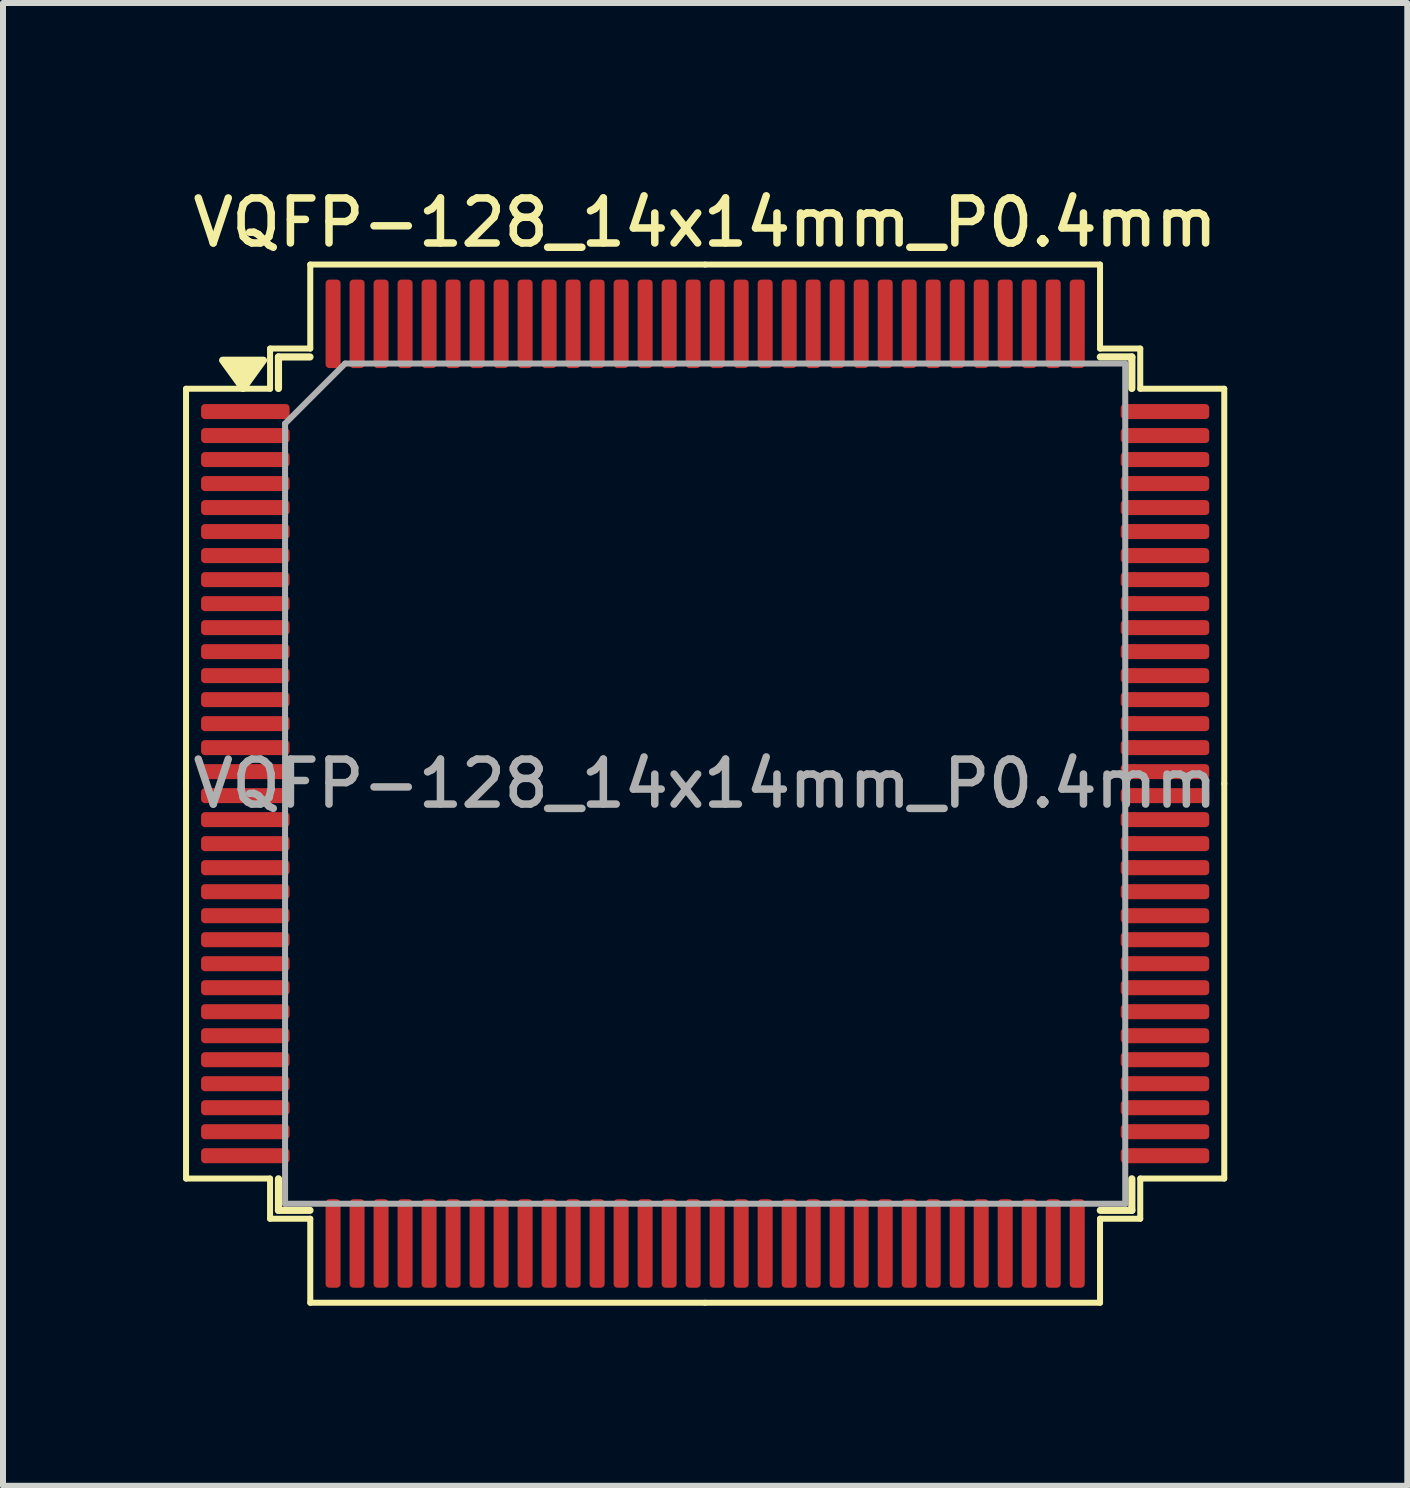
<source format=kicad_pcb>
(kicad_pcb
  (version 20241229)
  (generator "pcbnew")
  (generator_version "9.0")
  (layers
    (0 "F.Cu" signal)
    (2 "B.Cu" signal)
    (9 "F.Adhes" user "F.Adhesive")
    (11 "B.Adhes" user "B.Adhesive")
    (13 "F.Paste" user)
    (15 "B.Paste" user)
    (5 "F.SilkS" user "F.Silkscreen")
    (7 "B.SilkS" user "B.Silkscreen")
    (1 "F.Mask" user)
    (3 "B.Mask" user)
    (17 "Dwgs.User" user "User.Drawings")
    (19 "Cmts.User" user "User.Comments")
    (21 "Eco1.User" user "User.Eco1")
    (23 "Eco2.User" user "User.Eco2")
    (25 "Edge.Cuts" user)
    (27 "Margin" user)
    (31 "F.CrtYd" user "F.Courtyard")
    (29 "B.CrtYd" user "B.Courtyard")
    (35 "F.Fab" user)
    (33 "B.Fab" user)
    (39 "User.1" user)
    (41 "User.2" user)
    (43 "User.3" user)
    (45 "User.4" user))
  (footprint "VQFP-128_14x14mm_P0.4mm"
    (layer "F.Cu")
    (at 8.7 10.008)
    (property "Reference" "VQFP-128_14x14mm_P0.4mm" (at 0 -9.35 0) (layer "F.SilkS") (effects (font (size 0.75 0.75) (thickness 0.125))))
    (attr smd)
    (fp_line (start -8.65 -6.58) (end -8.65 0) (stroke (width 0.1) (type solid)) (layer "F.SilkS"))
    (fp_line (start -8.65 6.58) (end -8.65 0) (stroke (width 0.1) (type solid)) (layer "F.SilkS"))
    (fp_line (start -7.25 -7.25) (end -7.25 -6.58) (stroke (width 0.1) (type solid)) (layer "F.SilkS"))
    (fp_line (start -7.25 -6.58) (end -8.65 -6.58) (stroke (width 0.1) (type solid)) (layer "F.SilkS"))
    (fp_line (start -7.25 6.58) (end -8.65 6.58) (stroke (width 0.1) (type solid)) (layer "F.SilkS"))
    (fp_line (start -7.25 7.25) (end -7.25 6.58) (stroke (width 0.1) (type solid)) (layer "F.SilkS"))
    (fp_line (start -7.11 -7.11) (end -7.11 -6.585) (stroke (width 0.12) (type solid)) (layer "F.SilkS"))
    (fp_line (start -7.11 7.11) (end -7.11 6.585) (stroke (width 0.12) (type solid)) (layer "F.SilkS"))
    (fp_line (start -6.585 -7.11) (end -7.11 -7.11) (stroke (width 0.12) (type solid)) (layer "F.SilkS"))
    (fp_line (start -6.585 7.11) (end -7.11 7.11) (stroke (width 0.12) (type solid)) (layer "F.SilkS"))
    (fp_line (start -6.58 -8.65) (end -6.58 -7.25) (stroke (width 0.1) (type solid)) (layer "F.SilkS"))
    (fp_line (start -6.58 -7.25) (end -7.25 -7.25) (stroke (width 0.1) (type solid)) (layer "F.SilkS"))
    (fp_line (start -6.58 7.25) (end -7.25 7.25) (stroke (width 0.1) (type solid)) (layer "F.SilkS"))
    (fp_line (start -6.58 8.65) (end -6.58 7.25) (stroke (width 0.1) (type solid)) (layer "F.SilkS"))
    (fp_line (start 0 -8.65) (end -6.58 -8.65) (stroke (width 0.1) (type solid)) (layer "F.SilkS"))
    (fp_line (start 0 -8.65) (end 6.58 -8.65) (stroke (width 0.1) (type solid)) (layer "F.SilkS"))
    (fp_line (start 0 8.65) (end -6.58 8.65) (stroke (width 0.1) (type solid)) (layer "F.SilkS"))
    (fp_line (start 0 8.65) (end 6.58 8.65) (stroke (width 0.1) (type solid)) (layer "F.SilkS"))
    (fp_line (start 6.58 -8.65) (end 6.58 -7.25) (stroke (width 0.1) (type solid)) (layer "F.SilkS"))
    (fp_line (start 6.58 -7.25) (end 7.25 -7.25) (stroke (width 0.1) (type solid)) (layer "F.SilkS"))
    (fp_line (start 6.58 7.25) (end 7.25 7.25) (stroke (width 0.1) (type solid)) (layer "F.SilkS"))
    (fp_line (start 6.58 8.65) (end 6.58 7.25) (stroke (width 0.1) (type solid)) (layer "F.SilkS"))
    (fp_line (start 6.585 -7.11) (end 7.11 -7.11) (stroke (width 0.12) (type solid)) (layer "F.SilkS"))
    (fp_line (start 6.585 7.11) (end 7.11 7.11) (stroke (width 0.12) (type solid)) (layer "F.SilkS"))
    (fp_line (start 7.11 -7.11) (end 7.11 -6.585) (stroke (width 0.12) (type solid)) (layer "F.SilkS"))
    (fp_line (start 7.11 7.11) (end 7.11 6.585) (stroke (width 0.12) (type solid)) (layer "F.SilkS"))
    (fp_line (start 7.25 -7.25) (end 7.25 -6.58) (stroke (width 0.1) (type solid)) (layer "F.SilkS"))
    (fp_line (start 7.25 -6.58) (end 8.65 -6.58) (stroke (width 0.1) (type solid)) (layer "F.SilkS"))
    (fp_line (start 7.25 6.58) (end 8.65 6.58) (stroke (width 0.1) (type solid)) (layer "F.SilkS"))
    (fp_line (start 7.25 7.25) (end 7.25 6.58) (stroke (width 0.1) (type solid)) (layer "F.SilkS"))
    (fp_line (start 8.65 -6.58) (end 8.65 0) (stroke (width 0.1) (type solid)) (layer "F.SilkS"))
    (fp_line (start 8.65 6.58) (end 8.65 0) (stroke (width 0.1) (type solid)) (layer "F.SilkS"))
    (fp_poly (pts (xy -7.7 -6.585) (xy -8.04 -7.055) (xy -7.36 -7.055) (xy -7.7 -6.585)) (stroke (width 0.12) (type solid)) (fill yes) (layer "F.SilkS"))
    (fp_line (start -7 -6) (end -6 -7) (stroke (width 0.1) (type solid)) (layer "F.Fab"))
    (fp_line (start -7 7) (end -7 -6) (stroke (width 0.1) (type solid)) (layer "F.Fab"))
    (fp_line (start -6 -7) (end 7 -7) (stroke (width 0.1) (type solid)) (layer "F.Fab"))
    (fp_line (start 7 -7) (end 7 7) (stroke (width 0.1) (type solid)) (layer "F.Fab"))
    (fp_line (start 7 7) (end -7 7) (stroke (width 0.1) (type solid)) (layer "F.Fab"))
    (fp_text user "${REFERENCE}" (at 0 0 0) (layer "F.Fab") (effects (font (size 0.75 0.75) (thickness 0.125))))
    (pad "1" smd roundrect (at -7.662 -6.2) (size 1.475 0.25) (layers "F.Cu" "F.Mask" "F.Paste") (roundrect_rratio 0.25))
    (pad "2" smd roundrect (at -7.662 -5.8) (size 1.475 0.25) (layers "F.Cu" "F.Mask" "F.Paste") (roundrect_rratio 0.25))
    (pad "3" smd roundrect (at -7.662 -5.4) (size 1.475 0.25) (layers "F.Cu" "F.Mask" "F.Paste") (roundrect_rratio 0.25))
    (pad "4" smd roundrect (at -7.662 -5) (size 1.475 0.25) (layers "F.Cu" "F.Mask" "F.Paste") (roundrect_rratio 0.25))
    (pad "5" smd roundrect (at -7.662 -4.6) (size 1.475 0.25) (layers "F.Cu" "F.Mask" "F.Paste") (roundrect_rratio 0.25))
    (pad "6" smd roundrect (at -7.662 -4.2) (size 1.475 0.25) (layers "F.Cu" "F.Mask" "F.Paste") (roundrect_rratio 0.25))
    (pad "7" smd roundrect (at -7.662 -3.8) (size 1.475 0.25) (layers "F.Cu" "F.Mask" "F.Paste") (roundrect_rratio 0.25))
    (pad "8" smd roundrect (at -7.662 -3.4) (size 1.475 0.25) (layers "F.Cu" "F.Mask" "F.Paste") (roundrect_rratio 0.25))
    (pad "9" smd roundrect (at -7.662 -3) (size 1.475 0.25) (layers "F.Cu" "F.Mask" "F.Paste") (roundrect_rratio 0.25))
    (pad "10" smd roundrect (at -7.662 -2.6) (size 1.475 0.25) (layers "F.Cu" "F.Mask" "F.Paste") (roundrect_rratio 0.25))
    (pad "11" smd roundrect (at -7.662 -2.2) (size 1.475 0.25) (layers "F.Cu" "F.Mask" "F.Paste") (roundrect_rratio 0.25))
    (pad "12" smd roundrect (at -7.662 -1.8) (size 1.475 0.25) (layers "F.Cu" "F.Mask" "F.Paste") (roundrect_rratio 0.25))
    (pad "13" smd roundrect (at -7.662 -1.4) (size 1.475 0.25) (layers "F.Cu" "F.Mask" "F.Paste") (roundrect_rratio 0.25))
    (pad "14" smd roundrect (at -7.662 -1) (size 1.475 0.25) (layers "F.Cu" "F.Mask" "F.Paste") (roundrect_rratio 0.25))
    (pad "15" smd roundrect (at -7.662 -0.6) (size 1.475 0.25) (layers "F.Cu" "F.Mask" "F.Paste") (roundrect_rratio 0.25))
    (pad "16" smd roundrect (at -7.662 -0.2) (size 1.475 0.25) (layers "F.Cu" "F.Mask" "F.Paste") (roundrect_rratio 0.25))
    (pad "17" smd roundrect (at -7.662 0.2) (size 1.475 0.25) (layers "F.Cu" "F.Mask" "F.Paste") (roundrect_rratio 0.25))
    (pad "18" smd roundrect (at -7.662 0.6) (size 1.475 0.25) (layers "F.Cu" "F.Mask" "F.Paste") (roundrect_rratio 0.25))
    (pad "19" smd roundrect (at -7.662 1) (size 1.475 0.25) (layers "F.Cu" "F.Mask" "F.Paste") (roundrect_rratio 0.25))
    (pad "20" smd roundrect (at -7.662 1.4) (size 1.475 0.25) (layers "F.Cu" "F.Mask" "F.Paste") (roundrect_rratio 0.25))
    (pad "21" smd roundrect (at -7.662 1.8) (size 1.475 0.25) (layers "F.Cu" "F.Mask" "F.Paste") (roundrect_rratio 0.25))
    (pad "22" smd roundrect (at -7.662 2.2) (size 1.475 0.25) (layers "F.Cu" "F.Mask" "F.Paste") (roundrect_rratio 0.25))
    (pad "23" smd roundrect (at -7.662 2.6) (size 1.475 0.25) (layers "F.Cu" "F.Mask" "F.Paste") (roundrect_rratio 0.25))
    (pad "24" smd roundrect (at -7.662 3) (size 1.475 0.25) (layers "F.Cu" "F.Mask" "F.Paste") (roundrect_rratio 0.25))
    (pad "25" smd roundrect (at -7.662 3.4) (size 1.475 0.25) (layers "F.Cu" "F.Mask" "F.Paste") (roundrect_rratio 0.25))
    (pad "26" smd roundrect (at -7.662 3.8) (size 1.475 0.25) (layers "F.Cu" "F.Mask" "F.Paste") (roundrect_rratio 0.25))
    (pad "27" smd roundrect (at -7.662 4.2) (size 1.475 0.25) (layers "F.Cu" "F.Mask" "F.Paste") (roundrect_rratio 0.25))
    (pad "28" smd roundrect (at -7.662 4.6) (size 1.475 0.25) (layers "F.Cu" "F.Mask" "F.Paste") (roundrect_rratio 0.25))
    (pad "29" smd roundrect (at -7.662 5) (size 1.475 0.25) (layers "F.Cu" "F.Mask" "F.Paste") (roundrect_rratio 0.25))
    (pad "30" smd roundrect (at -7.662 5.4) (size 1.475 0.25) (layers "F.Cu" "F.Mask" "F.Paste") (roundrect_rratio 0.25))
    (pad "31" smd roundrect (at -7.662 5.8) (size 1.475 0.25) (layers "F.Cu" "F.Mask" "F.Paste") (roundrect_rratio 0.25))
    (pad "32" smd roundrect (at -7.662 6.2) (size 1.475 0.25) (layers "F.Cu" "F.Mask" "F.Paste") (roundrect_rratio 0.25))
    (pad "33" smd roundrect (at -6.2 7.662) (size 0.25 1.475) (layers "F.Cu" "F.Mask" "F.Paste") (roundrect_rratio 0.25))
    (pad "34" smd roundrect (at -5.8 7.662) (size 0.25 1.475) (layers "F.Cu" "F.Mask" "F.Paste") (roundrect_rratio 0.25))
    (pad "35" smd roundrect (at -5.4 7.662) (size 0.25 1.475) (layers "F.Cu" "F.Mask" "F.Paste") (roundrect_rratio 0.25))
    (pad "36" smd roundrect (at -5 7.662) (size 0.25 1.475) (layers "F.Cu" "F.Mask" "F.Paste") (roundrect_rratio 0.25))
    (pad "37" smd roundrect (at -4.6 7.662) (size 0.25 1.475) (layers "F.Cu" "F.Mask" "F.Paste") (roundrect_rratio 0.25))
    (pad "38" smd roundrect (at -4.2 7.662) (size 0.25 1.475) (layers "F.Cu" "F.Mask" "F.Paste") (roundrect_rratio 0.25))
    (pad "39" smd roundrect (at -3.8 7.662) (size 0.25 1.475) (layers "F.Cu" "F.Mask" "F.Paste") (roundrect_rratio 0.25))
    (pad "40" smd roundrect (at -3.4 7.662) (size 0.25 1.475) (layers "F.Cu" "F.Mask" "F.Paste") (roundrect_rratio 0.25))
    (pad "41" smd roundrect (at -3 7.662) (size 0.25 1.475) (layers "F.Cu" "F.Mask" "F.Paste") (roundrect_rratio 0.25))
    (pad "42" smd roundrect (at -2.6 7.662) (size 0.25 1.475) (layers "F.Cu" "F.Mask" "F.Paste") (roundrect_rratio 0.25))
    (pad "43" smd roundrect (at -2.2 7.662) (size 0.25 1.475) (layers "F.Cu" "F.Mask" "F.Paste") (roundrect_rratio 0.25))
    (pad "44" smd roundrect (at -1.8 7.662) (size 0.25 1.475) (layers "F.Cu" "F.Mask" "F.Paste") (roundrect_rratio 0.25))
    (pad "45" smd roundrect (at -1.4 7.662) (size 0.25 1.475) (layers "F.Cu" "F.Mask" "F.Paste") (roundrect_rratio 0.25))
    (pad "46" smd roundrect (at -1 7.662) (size 0.25 1.475) (layers "F.Cu" "F.Mask" "F.Paste") (roundrect_rratio 0.25))
    (pad "47" smd roundrect (at -0.6 7.662) (size 0.25 1.475) (layers "F.Cu" "F.Mask" "F.Paste") (roundrect_rratio 0.25))
    (pad "48" smd roundrect (at -0.2 7.662) (size 0.25 1.475) (layers "F.Cu" "F.Mask" "F.Paste") (roundrect_rratio 0.25))
    (pad "49" smd roundrect (at 0.2 7.662) (size 0.25 1.475) (layers "F.Cu" "F.Mask" "F.Paste") (roundrect_rratio 0.25))
    (pad "50" smd roundrect (at 0.6 7.662) (size 0.25 1.475) (layers "F.Cu" "F.Mask" "F.Paste") (roundrect_rratio 0.25))
    (pad "51" smd roundrect (at 1 7.662) (size 0.25 1.475) (layers "F.Cu" "F.Mask" "F.Paste") (roundrect_rratio 0.25))
    (pad "52" smd roundrect (at 1.4 7.662) (size 0.25 1.475) (layers "F.Cu" "F.Mask" "F.Paste") (roundrect_rratio 0.25))
    (pad "53" smd roundrect (at 1.8 7.662) (size 0.25 1.475) (layers "F.Cu" "F.Mask" "F.Paste") (roundrect_rratio 0.25))
    (pad "54" smd roundrect (at 2.2 7.662) (size 0.25 1.475) (layers "F.Cu" "F.Mask" "F.Paste") (roundrect_rratio 0.25))
    (pad "55" smd roundrect (at 2.6 7.662) (size 0.25 1.475) (layers "F.Cu" "F.Mask" "F.Paste") (roundrect_rratio 0.25))
    (pad "56" smd roundrect (at 3 7.662) (size 0.25 1.475) (layers "F.Cu" "F.Mask" "F.Paste") (roundrect_rratio 0.25))
    (pad "57" smd roundrect (at 3.4 7.662) (size 0.25 1.475) (layers "F.Cu" "F.Mask" "F.Paste") (roundrect_rratio 0.25))
    (pad "58" smd roundrect (at 3.8 7.662) (size 0.25 1.475) (layers "F.Cu" "F.Mask" "F.Paste") (roundrect_rratio 0.25))
    (pad "59" smd roundrect (at 4.2 7.662) (size 0.25 1.475) (layers "F.Cu" "F.Mask" "F.Paste") (roundrect_rratio 0.25))
    (pad "60" smd roundrect (at 4.6 7.662) (size 0.25 1.475) (layers "F.Cu" "F.Mask" "F.Paste") (roundrect_rratio 0.25))
    (pad "61" smd roundrect (at 5 7.662) (size 0.25 1.475) (layers "F.Cu" "F.Mask" "F.Paste") (roundrect_rratio 0.25))
    (pad "62" smd roundrect (at 5.4 7.662) (size 0.25 1.475) (layers "F.Cu" "F.Mask" "F.Paste") (roundrect_rratio 0.25))
    (pad "63" smd roundrect (at 5.8 7.662) (size 0.25 1.475) (layers "F.Cu" "F.Mask" "F.Paste") (roundrect_rratio 0.25))
    (pad "64" smd roundrect (at 6.2 7.662) (size 0.25 1.475) (layers "F.Cu" "F.Mask" "F.Paste") (roundrect_rratio 0.25))
    (pad "65" smd roundrect (at 7.662 6.2) (size 1.475 0.25) (layers "F.Cu" "F.Mask" "F.Paste") (roundrect_rratio 0.25))
    (pad "66" smd roundrect (at 7.662 5.8) (size 1.475 0.25) (layers "F.Cu" "F.Mask" "F.Paste") (roundrect_rratio 0.25))
    (pad "67" smd roundrect (at 7.662 5.4) (size 1.475 0.25) (layers "F.Cu" "F.Mask" "F.Paste") (roundrect_rratio 0.25))
    (pad "68" smd roundrect (at 7.662 5) (size 1.475 0.25) (layers "F.Cu" "F.Mask" "F.Paste") (roundrect_rratio 0.25))
    (pad "69" smd roundrect (at 7.662 4.6) (size 1.475 0.25) (layers "F.Cu" "F.Mask" "F.Paste") (roundrect_rratio 0.25))
    (pad "70" smd roundrect (at 7.662 4.2) (size 1.475 0.25) (layers "F.Cu" "F.Mask" "F.Paste") (roundrect_rratio 0.25))
    (pad "71" smd roundrect (at 7.662 3.8) (size 1.475 0.25) (layers "F.Cu" "F.Mask" "F.Paste") (roundrect_rratio 0.25))
    (pad "72" smd roundrect (at 7.662 3.4) (size 1.475 0.25) (layers "F.Cu" "F.Mask" "F.Paste") (roundrect_rratio 0.25))
    (pad "73" smd roundrect (at 7.662 3) (size 1.475 0.25) (layers "F.Cu" "F.Mask" "F.Paste") (roundrect_rratio 0.25))
    (pad "74" smd roundrect (at 7.662 2.6) (size 1.475 0.25) (layers "F.Cu" "F.Mask" "F.Paste") (roundrect_rratio 0.25))
    (pad "75" smd roundrect (at 7.662 2.2) (size 1.475 0.25) (layers "F.Cu" "F.Mask" "F.Paste") (roundrect_rratio 0.25))
    (pad "76" smd roundrect (at 7.662 1.8) (size 1.475 0.25) (layers "F.Cu" "F.Mask" "F.Paste") (roundrect_rratio 0.25))
    (pad "77" smd roundrect (at 7.662 1.4) (size 1.475 0.25) (layers "F.Cu" "F.Mask" "F.Paste") (roundrect_rratio 0.25))
    (pad "78" smd roundrect (at 7.662 1) (size 1.475 0.25) (layers "F.Cu" "F.Mask" "F.Paste") (roundrect_rratio 0.25))
    (pad "79" smd roundrect (at 7.662 0.6) (size 1.475 0.25) (layers "F.Cu" "F.Mask" "F.Paste") (roundrect_rratio 0.25))
    (pad "80" smd roundrect (at 7.662 0.2) (size 1.475 0.25) (layers "F.Cu" "F.Mask" "F.Paste") (roundrect_rratio 0.25))
    (pad "81" smd roundrect (at 7.662 -0.2) (size 1.475 0.25) (layers "F.Cu" "F.Mask" "F.Paste") (roundrect_rratio 0.25))
    (pad "82" smd roundrect (at 7.662 -0.6) (size 1.475 0.25) (layers "F.Cu" "F.Mask" "F.Paste") (roundrect_rratio 0.25))
    (pad "83" smd roundrect (at 7.662 -1) (size 1.475 0.25) (layers "F.Cu" "F.Mask" "F.Paste") (roundrect_rratio 0.25))
    (pad "84" smd roundrect (at 7.662 -1.4) (size 1.475 0.25) (layers "F.Cu" "F.Mask" "F.Paste") (roundrect_rratio 0.25))
    (pad "85" smd roundrect (at 7.662 -1.8) (size 1.475 0.25) (layers "F.Cu" "F.Mask" "F.Paste") (roundrect_rratio 0.25))
    (pad "86" smd roundrect (at 7.662 -2.2) (size 1.475 0.25) (layers "F.Cu" "F.Mask" "F.Paste") (roundrect_rratio 0.25))
    (pad "87" smd roundrect (at 7.662 -2.6) (size 1.475 0.25) (layers "F.Cu" "F.Mask" "F.Paste") (roundrect_rratio 0.25))
    (pad "88" smd roundrect (at 7.662 -3) (size 1.475 0.25) (layers "F.Cu" "F.Mask" "F.Paste") (roundrect_rratio 0.25))
    (pad "89" smd roundrect (at 7.662 -3.4) (size 1.475 0.25) (layers "F.Cu" "F.Mask" "F.Paste") (roundrect_rratio 0.25))
    (pad "90" smd roundrect (at 7.662 -3.8) (size 1.475 0.25) (layers "F.Cu" "F.Mask" "F.Paste") (roundrect_rratio 0.25))
    (pad "91" smd roundrect (at 7.662 -4.2) (size 1.475 0.25) (layers "F.Cu" "F.Mask" "F.Paste") (roundrect_rratio 0.25))
    (pad "92" smd roundrect (at 7.662 -4.6) (size 1.475 0.25) (layers "F.Cu" "F.Mask" "F.Paste") (roundrect_rratio 0.25))
    (pad "93" smd roundrect (at 7.662 -5) (size 1.475 0.25) (layers "F.Cu" "F.Mask" "F.Paste") (roundrect_rratio 0.25))
    (pad "94" smd roundrect (at 7.662 -5.4) (size 1.475 0.25) (layers "F.Cu" "F.Mask" "F.Paste") (roundrect_rratio 0.25))
    (pad "95" smd roundrect (at 7.662 -5.8) (size 1.475 0.25) (layers "F.Cu" "F.Mask" "F.Paste") (roundrect_rratio 0.25))
    (pad "96" smd roundrect (at 7.662 -6.2) (size 1.475 0.25) (layers "F.Cu" "F.Mask" "F.Paste") (roundrect_rratio 0.25))
    (pad "97" smd roundrect (at 6.2 -7.662) (size 0.25 1.475) (layers "F.Cu" "F.Mask" "F.Paste") (roundrect_rratio 0.25))
    (pad "98" smd roundrect (at 5.8 -7.662) (size 0.25 1.475) (layers "F.Cu" "F.Mask" "F.Paste") (roundrect_rratio 0.25))
    (pad "99" smd roundrect (at 5.4 -7.662) (size 0.25 1.475) (layers "F.Cu" "F.Mask" "F.Paste") (roundrect_rratio 0.25))
    (pad "100" smd roundrect (at 5 -7.662) (size 0.25 1.475) (layers "F.Cu" "F.Mask" "F.Paste") (roundrect_rratio 0.25))
    (pad "101" smd roundrect (at 4.6 -7.662) (size 0.25 1.475) (layers "F.Cu" "F.Mask" "F.Paste") (roundrect_rratio 0.25))
    (pad "102" smd roundrect (at 4.2 -7.662) (size 0.25 1.475) (layers "F.Cu" "F.Mask" "F.Paste") (roundrect_rratio 0.25))
    (pad "103" smd roundrect (at 3.8 -7.662) (size 0.25 1.475) (layers "F.Cu" "F.Mask" "F.Paste") (roundrect_rratio 0.25))
    (pad "104" smd roundrect (at 3.4 -7.662) (size 0.25 1.475) (layers "F.Cu" "F.Mask" "F.Paste") (roundrect_rratio 0.25))
    (pad "105" smd roundrect (at 3 -7.662) (size 0.25 1.475) (layers "F.Cu" "F.Mask" "F.Paste") (roundrect_rratio 0.25))
    (pad "106" smd roundrect (at 2.6 -7.662) (size 0.25 1.475) (layers "F.Cu" "F.Mask" "F.Paste") (roundrect_rratio 0.25))
    (pad "107" smd roundrect (at 2.2 -7.662) (size 0.25 1.475) (layers "F.Cu" "F.Mask" "F.Paste") (roundrect_rratio 0.25))
    (pad "108" smd roundrect (at 1.8 -7.662) (size 0.25 1.475) (layers "F.Cu" "F.Mask" "F.Paste") (roundrect_rratio 0.25))
    (pad "109" smd roundrect (at 1.4 -7.662) (size 0.25 1.475) (layers "F.Cu" "F.Mask" "F.Paste") (roundrect_rratio 0.25))
    (pad "110" smd roundrect (at 1 -7.662) (size 0.25 1.475) (layers "F.Cu" "F.Mask" "F.Paste") (roundrect_rratio 0.25))
    (pad "111" smd roundrect (at 0.6 -7.662) (size 0.25 1.475) (layers "F.Cu" "F.Mask" "F.Paste") (roundrect_rratio 0.25))
    (pad "112" smd roundrect (at 0.2 -7.662) (size 0.25 1.475) (layers "F.Cu" "F.Mask" "F.Paste") (roundrect_rratio 0.25))
    (pad "113" smd roundrect (at -0.2 -7.662) (size 0.25 1.475) (layers "F.Cu" "F.Mask" "F.Paste") (roundrect_rratio 0.25))
    (pad "114" smd roundrect (at -0.6 -7.662) (size 0.25 1.475) (layers "F.Cu" "F.Mask" "F.Paste") (roundrect_rratio 0.25))
    (pad "115" smd roundrect (at -1 -7.662) (size 0.25 1.475) (layers "F.Cu" "F.Mask" "F.Paste") (roundrect_rratio 0.25))
    (pad "116" smd roundrect (at -1.4 -7.662) (size 0.25 1.475) (layers "F.Cu" "F.Mask" "F.Paste") (roundrect_rratio 0.25))
    (pad "117" smd roundrect (at -1.8 -7.662) (size 0.25 1.475) (layers "F.Cu" "F.Mask" "F.Paste") (roundrect_rratio 0.25))
    (pad "118" smd roundrect (at -2.2 -7.662) (size 0.25 1.475) (layers "F.Cu" "F.Mask" "F.Paste") (roundrect_rratio 0.25))
    (pad "119" smd roundrect (at -2.6 -7.662) (size 0.25 1.475) (layers "F.Cu" "F.Mask" "F.Paste") (roundrect_rratio 0.25))
    (pad "120" smd roundrect (at -3 -7.662) (size 0.25 1.475) (layers "F.Cu" "F.Mask" "F.Paste") (roundrect_rratio 0.25))
    (pad "121" smd roundrect (at -3.4 -7.662) (size 0.25 1.475) (layers "F.Cu" "F.Mask" "F.Paste") (roundrect_rratio 0.25))
    (pad "122" smd roundrect (at -3.8 -7.662) (size 0.25 1.475) (layers "F.Cu" "F.Mask" "F.Paste") (roundrect_rratio 0.25))
    (pad "123" smd roundrect (at -4.2 -7.662) (size 0.25 1.475) (layers "F.Cu" "F.Mask" "F.Paste") (roundrect_rratio 0.25))
    (pad "124" smd roundrect (at -4.6 -7.662) (size 0.25 1.475) (layers "F.Cu" "F.Mask" "F.Paste") (roundrect_rratio 0.25))
    (pad "125" smd roundrect (at -5 -7.662) (size 0.25 1.475) (layers "F.Cu" "F.Mask" "F.Paste") (roundrect_rratio 0.25))
    (pad "126" smd roundrect (at -5.4 -7.662) (size 0.25 1.475) (layers "F.Cu" "F.Mask" "F.Paste") (roundrect_rratio 0.25))
    (pad "127" smd roundrect (at -5.8 -7.662) (size 0.25 1.475) (layers "F.Cu" "F.Mask" "F.Paste") (roundrect_rratio 0.25))
    (pad "128" smd roundrect (at -6.2 -7.662) (size 0.25 1.475) (layers "F.Cu" "F.Mask" "F.Paste") (roundrect_rratio 0.25)))
  (gr_rect
    (start -3 -3)
    (end 20.4 21.708)
    (stroke (width 0.1) (type default))
    (fill no)
    (layer "Edge.Cuts")))
</source>
